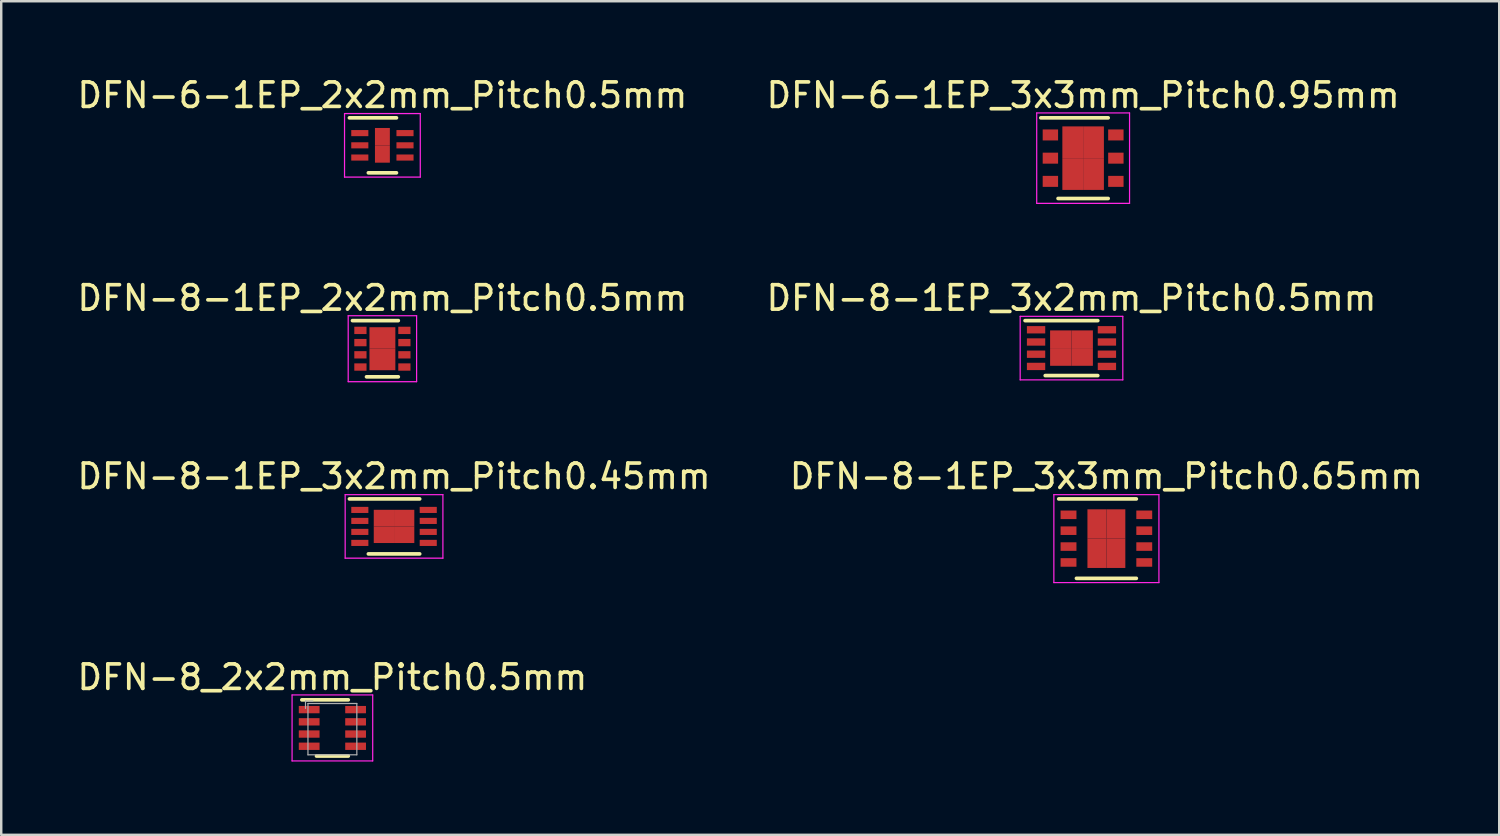
<source format=kicad_pcb>
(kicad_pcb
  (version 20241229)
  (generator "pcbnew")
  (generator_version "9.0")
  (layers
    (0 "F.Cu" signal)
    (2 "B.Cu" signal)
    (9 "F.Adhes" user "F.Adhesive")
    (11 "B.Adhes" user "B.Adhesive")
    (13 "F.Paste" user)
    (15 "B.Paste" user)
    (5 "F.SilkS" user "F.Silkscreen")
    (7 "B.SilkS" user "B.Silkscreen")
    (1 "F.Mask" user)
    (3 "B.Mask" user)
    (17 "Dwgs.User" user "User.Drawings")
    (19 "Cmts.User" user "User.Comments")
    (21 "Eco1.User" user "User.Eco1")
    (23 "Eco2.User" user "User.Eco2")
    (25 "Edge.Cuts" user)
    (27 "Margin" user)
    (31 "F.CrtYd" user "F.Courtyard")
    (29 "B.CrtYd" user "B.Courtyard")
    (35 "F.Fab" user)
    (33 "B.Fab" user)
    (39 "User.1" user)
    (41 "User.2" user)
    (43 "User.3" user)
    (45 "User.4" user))
  (footprint "DFN-8-1EP_2x2mm_Pitch0.5mm"
    (layer "F.Cu")
    (at 12.601 11.222)
    (property "Reference" "DFN-8-1EP_2x2mm_Pitch0.5mm" (at 0 -2.075 0) (layer "F.SilkS") (effects (font (size 1 1) (thickness 0.15))))
    (attr smd)
    (fp_line (start -1.225 -1.15) (end 0.65 -1.15) (stroke (width 0.15) (type solid)) (layer "F.SilkS"))
    (fp_line (start -0.65 1.15) (end 0.65 1.15) (stroke (width 0.15) (type solid)) (layer "F.SilkS"))
    (fp_line (start -1.4 -1.35) (end -1.4 1.35) (stroke (width 0.05) (type solid)) (layer "F.CrtYd"))
    (fp_line (start -1.4 -1.35) (end 1.4 -1.35) (stroke (width 0.05) (type solid)) (layer "F.CrtYd"))
    (fp_line (start -1.4 1.35) (end 1.4 1.35) (stroke (width 0.05) (type solid)) (layer "F.CrtYd"))
    (fp_line (start 1.4 -1.35) (end 1.4 1.35) (stroke (width 0.05) (type solid)) (layer "F.CrtYd"))
    (pad "1" smd rect (at -0.9 -0.75) (size 0.5 0.3) (layers "F.Cu" "F.Mask" "F.Paste"))
    (pad "2" smd rect (at -0.9 -0.25) (size 0.5 0.3) (layers "F.Cu" "F.Mask" "F.Paste"))
    (pad "3" smd rect (at -0.9 0.25) (size 0.5 0.3) (layers "F.Cu" "F.Mask" "F.Paste"))
    (pad "4" smd rect (at -0.9 0.75) (size 0.5 0.3) (layers "F.Cu" "F.Mask" "F.Paste"))
    (pad "5" smd rect (at 0.9 0.75) (size 0.5 0.3) (layers "F.Cu" "F.Mask" "F.Paste"))
    (pad "6" smd rect (at 0.9 0.25) (size 0.5 0.3) (layers "F.Cu" "F.Mask" "F.Paste"))
    (pad "7" smd rect (at 0.9 -0.25) (size 0.5 0.3) (layers "F.Cu" "F.Mask" "F.Paste"))
    (pad "8" smd rect (at 0.9 -0.75) (size 0.5 0.3) (layers "F.Cu" "F.Mask" "F.Paste"))
    (pad "9" smd rect (at 0 -0.44) (size 1.06 0.88) (layers "F.Cu" "F.Mask" "F.Paste"))
    (pad "9" smd rect (at 0 0.44) (size 1.06 0.88) (layers "F.Cu" "F.Mask" "F.Paste")))
  (footprint "DFN-6-1EP_2x2mm_Pitch0.5mm"
    (layer "F.Cu")
    (at 12.601 2.898)
    (property "Reference" "DFN-6-1EP_2x2mm_Pitch0.5mm" (at 0 -2.05 0) (layer "F.SilkS") (effects (font (size 1 1) (thickness 0.15))))
    (attr smd)
    (fp_line (start -1.35 -1.125) (end 0.575 -1.125) (stroke (width 0.15) (type solid)) (layer "F.SilkS"))
    (fp_line (start -0.575 1.125) (end 0.575 1.125) (stroke (width 0.15) (type solid)) (layer "F.SilkS"))
    (fp_line (start -1.55 -1.3) (end -1.55 1.3) (stroke (width 0.05) (type solid)) (layer "F.CrtYd"))
    (fp_line (start -1.55 -1.3) (end 1.55 -1.3) (stroke (width 0.05) (type solid)) (layer "F.CrtYd"))
    (fp_line (start -1.55 1.3) (end 1.55 1.3) (stroke (width 0.05) (type solid)) (layer "F.CrtYd"))
    (fp_line (start 1.55 -1.3) (end 1.55 1.3) (stroke (width 0.05) (type solid)) (layer "F.CrtYd"))
    (pad "1" smd rect (at -0.925 -0.5) (size 0.7 0.25) (layers "F.Cu" "F.Mask" "F.Paste"))
    (pad "2" smd rect (at -0.925 0) (size 0.7 0.25) (layers "F.Cu" "F.Mask" "F.Paste"))
    (pad "3" smd rect (at -0.925 0.5) (size 0.7 0.25) (layers "F.Cu" "F.Mask" "F.Paste"))
    (pad "4" smd rect (at 0.925 0.5) (size 0.7 0.25) (layers "F.Cu" "F.Mask" "F.Paste"))
    (pad "5" smd rect (at 0.925 0) (size 0.7 0.25) (layers "F.Cu" "F.Mask" "F.Paste"))
    (pad "6" smd rect (at 0.925 -0.5) (size 0.7 0.25) (layers "F.Cu" "F.Mask" "F.Paste"))
    (pad "7" smd rect (at 0 -0.355) (size 0.61 0.71) (layers "F.Cu" "F.Mask" "F.Paste"))
    (pad "7" smd rect (at 0 0.355) (size 0.61 0.71) (layers "F.Cu" "F.Mask" "F.Paste")))
  (footprint "DFN-8_2x2mm_Pitch0.5mm"
    (layer "F.Cu")
    (at 10.554 26.743)
    (property "Reference" "DFN-8_2x2mm_Pitch0.5mm" (at 0 -2.075 0) (layer "F.SilkS") (effects (font (size 1 1) (thickness 0.15))))
    (attr smd)
    (fp_line (start -1.25 -1.15) (end 0.65 -1.15) (stroke (width 0.15) (type solid)) (layer "F.SilkS"))
    (fp_line (start -0.65 1.15) (end 0.65 1.15) (stroke (width 0.15) (type solid)) (layer "F.SilkS"))
    (fp_line (start -1.65 -1.35) (end -1.65 1.35) (stroke (width 0.05) (type solid)) (layer "F.CrtYd"))
    (fp_line (start -1.65 -1.35) (end 1.65 -1.35) (stroke (width 0.05) (type solid)) (layer "F.CrtYd"))
    (fp_line (start -1.65 1.35) (end 1.65 1.35) (stroke (width 0.05) (type solid)) (layer "F.CrtYd"))
    (fp_line (start 1.65 -1.35) (end 1.65 1.35) (stroke (width 0.05) (type solid)) (layer "F.CrtYd"))
    (fp_line (start -1.1 -1.1) (end -1.1 -0.8) (stroke (width 0.05) (type solid)) (layer "F.Fab"))
    (fp_line (start -1 -1) (end 1 -1) (stroke (width 0.05) (type solid)) (layer "F.Fab"))
    (fp_line (start -1 1.1) (end -1 -1) (stroke (width 0.05) (type solid)) (layer "F.Fab"))
    (fp_line (start -0.8 -1.1) (end -1.1 -1.1) (stroke (width 0.05) (type solid)) (layer "F.Fab"))
    (fp_line (start 1 -1) (end 1 1.1) (stroke (width 0.05) (type solid)) (layer "F.Fab"))
    (fp_line (start 1 1.1) (end -1 1.1) (stroke (width 0.05) (type solid)) (layer "F.Fab"))
    (pad "1" smd rect (at -0.95 -0.75) (size 0.85 0.3) (layers "F.Cu" "F.Mask" "F.Paste"))
    (pad "2" smd rect (at -0.95 -0.25) (size 0.85 0.3) (layers "F.Cu" "F.Mask" "F.Paste"))
    (pad "3" smd rect (at -0.95 0.25) (size 0.85 0.3) (layers "F.Cu" "F.Mask" "F.Paste"))
    (pad "4" smd rect (at -0.95 0.75) (size 0.85 0.3) (layers "F.Cu" "F.Mask" "F.Paste"))
    (pad "5" smd rect (at 0.95 0.75) (size 0.85 0.3) (layers "F.Cu" "F.Mask" "F.Paste"))
    (pad "6" smd rect (at 0.95 0.25) (size 0.85 0.3) (layers "F.Cu" "F.Mask" "F.Paste"))
    (pad "7" smd rect (at 0.95 -0.25) (size 0.85 0.3) (layers "F.Cu" "F.Mask" "F.Paste"))
    (pad "8" smd rect (at 0.95 -0.75) (size 0.85 0.3) (layers "F.Cu" "F.Mask" "F.Paste")))
  (footprint "DFN-8-1EP_3x3mm_Pitch0.65mm"
    (layer "F.Cu")
    (at 42.232 18.995)
    (property "Reference" "DFN-8-1EP_3x3mm_Pitch0.65mm" (at 0 -2.55 0) (layer "F.SilkS") (effects (font (size 1 1) (thickness 0.15))))
    (attr smd)
    (fp_line (start -1.95 -1.625) (end 1.225 -1.625) (stroke (width 0.15) (type solid)) (layer "F.SilkS"))
    (fp_line (start -1.225 1.625) (end 1.225 1.625) (stroke (width 0.15) (type solid)) (layer "F.SilkS"))
    (fp_line (start -2.15 -1.8) (end -2.15 1.8) (stroke (width 0.05) (type solid)) (layer "F.CrtYd"))
    (fp_line (start -2.15 -1.8) (end 2.15 -1.8) (stroke (width 0.05) (type solid)) (layer "F.CrtYd"))
    (fp_line (start -2.15 1.8) (end 2.15 1.8) (stroke (width 0.05) (type solid)) (layer "F.CrtYd"))
    (fp_line (start 2.15 -1.8) (end 2.15 1.8) (stroke (width 0.05) (type solid)) (layer "F.CrtYd"))
    (pad "1" smd rect (at -1.55 -0.975) (size 0.65 0.35) (layers "F.Cu" "F.Mask" "F.Paste"))
    (pad "2" smd rect (at -1.55 -0.325) (size 0.65 0.35) (layers "F.Cu" "F.Mask" "F.Paste"))
    (pad "3" smd rect (at -1.55 0.325) (size 0.65 0.35) (layers "F.Cu" "F.Mask" "F.Paste"))
    (pad "4" smd rect (at -1.55 0.975) (size 0.65 0.35) (layers "F.Cu" "F.Mask" "F.Paste"))
    (pad "5" smd rect (at 1.55 0.975) (size 0.65 0.35) (layers "F.Cu" "F.Mask" "F.Paste"))
    (pad "6" smd rect (at 1.55 0.325) (size 0.65 0.35) (layers "F.Cu" "F.Mask" "F.Paste"))
    (pad "7" smd rect (at 1.55 -0.325) (size 0.65 0.35) (layers "F.Cu" "F.Mask" "F.Paste"))
    (pad "8" smd rect (at 1.55 -0.975) (size 0.65 0.35) (layers "F.Cu" "F.Mask" "F.Paste"))
    (pad "9" smd rect (at -0.388 -0.6) (size 0.775 1.2) (layers "F.Cu" "F.Mask" "F.Paste"))
    (pad "9" smd rect (at -0.388 0.6) (size 0.775 1.2) (layers "F.Cu" "F.Mask" "F.Paste"))
    (pad "9" smd rect (at 0.388 -0.6) (size 0.775 1.2) (layers "F.Cu" "F.Mask" "F.Paste"))
    (pad "9" smd rect (at 0.388 0.6) (size 0.775 1.2) (layers "F.Cu" "F.Mask" "F.Paste")))
  (footprint "DFN-8-1EP_3x2mm_Pitch0.5mm"
    (layer "F.Cu")
    (at 40.804 11.197)
    (property "Reference" "DFN-8-1EP_3x2mm_Pitch0.5mm" (at 0 -2.05 0) (layer "F.SilkS") (effects (font (size 1 1) (thickness 0.15))))
    (attr smd)
    (fp_line (start -1.9 -1.125) (end 1.075 -1.125) (stroke (width 0.15) (type solid)) (layer "F.SilkS"))
    (fp_line (start -1.075 1.125) (end 1.075 1.125) (stroke (width 0.15) (type solid)) (layer "F.SilkS"))
    (fp_line (start -2.1 -1.3) (end -2.1 1.3) (stroke (width 0.05) (type solid)) (layer "F.CrtYd"))
    (fp_line (start -2.1 -1.3) (end 2.1 -1.3) (stroke (width 0.05) (type solid)) (layer "F.CrtYd"))
    (fp_line (start -2.1 1.3) (end 2.1 1.3) (stroke (width 0.05) (type solid)) (layer "F.CrtYd"))
    (fp_line (start 2.1 -1.3) (end 2.1 1.3) (stroke (width 0.05) (type solid)) (layer "F.CrtYd"))
    (pad "1" smd rect (at -1.45 -0.75) (size 0.75 0.3) (layers "F.Cu" "F.Mask" "F.Paste"))
    (pad "2" smd rect (at -1.45 -0.25) (size 0.75 0.3) (layers "F.Cu" "F.Mask" "F.Paste"))
    (pad "3" smd rect (at -1.45 0.25) (size 0.75 0.3) (layers "F.Cu" "F.Mask" "F.Paste"))
    (pad "4" smd rect (at -1.45 0.75) (size 0.75 0.3) (layers "F.Cu" "F.Mask" "F.Paste"))
    (pad "5" smd rect (at 1.45 0.75) (size 0.75 0.3) (layers "F.Cu" "F.Mask" "F.Paste"))
    (pad "6" smd rect (at 1.45 0.25) (size 0.75 0.3) (layers "F.Cu" "F.Mask" "F.Paste"))
    (pad "7" smd rect (at 1.45 -0.25) (size 0.75 0.3) (layers "F.Cu" "F.Mask" "F.Paste"))
    (pad "8" smd rect (at 1.45 -0.75) (size 0.75 0.3) (layers "F.Cu" "F.Mask" "F.Paste"))
    (pad "9" smd rect (at -0.438 -0.362) (size 0.875 0.725) (layers "F.Cu" "F.Mask" "F.Paste"))
    (pad "9" smd rect (at -0.438 0.362) (size 0.875 0.725) (layers "F.Cu" "F.Mask" "F.Paste"))
    (pad "9" smd rect (at 0.438 -0.362) (size 0.875 0.725) (layers "F.Cu" "F.Mask" "F.Paste"))
    (pad "9" smd rect (at 0.438 0.362) (size 0.875 0.725) (layers "F.Cu" "F.Mask" "F.Paste")))
  (footprint "DFN-6-1EP_3x3mm_Pitch0.95mm"
    (layer "F.Cu")
    (at 41.28 3.423)
    (property "Reference" "DFN-6-1EP_3x3mm_Pitch0.95mm" (at 0 -2.575 0) (layer "F.SilkS") (effects (font (size 1 1) (thickness 0.15))))
    (attr smd)
    (fp_line (start -1.73 -1.65) (end 1.025 -1.65) (stroke (width 0.15) (type solid)) (layer "F.SilkS"))
    (fp_line (start -1.025 1.65) (end 1.025 1.65) (stroke (width 0.15) (type solid)) (layer "F.SilkS"))
    (fp_line (start -1.9 -1.85) (end -1.9 1.85) (stroke (width 0.05) (type solid)) (layer "F.CrtYd"))
    (fp_line (start -1.9 -1.85) (end 1.9 -1.85) (stroke (width 0.05) (type solid)) (layer "F.CrtYd"))
    (fp_line (start -1.9 1.85) (end 1.9 1.85) (stroke (width 0.05) (type solid)) (layer "F.CrtYd"))
    (fp_line (start 1.9 -1.85) (end 1.9 1.85) (stroke (width 0.05) (type solid)) (layer "F.CrtYd"))
    (pad "1" smd rect (at -1.34 -0.95) (size 0.63 0.45) (layers "F.Cu" "F.Mask" "F.Paste"))
    (pad "2" smd rect (at -1.34 0) (size 0.63 0.45) (layers "F.Cu" "F.Mask" "F.Paste"))
    (pad "3" smd rect (at -1.34 0.95) (size 0.63 0.45) (layers "F.Cu" "F.Mask" "F.Paste"))
    (pad "4" smd rect (at 1.34 0.95) (size 0.63 0.45) (layers "F.Cu" "F.Mask" "F.Paste"))
    (pad "5" smd rect (at 1.34 0) (size 0.63 0.45) (layers "F.Cu" "F.Mask" "F.Paste"))
    (pad "6" smd rect (at 1.34 -0.95) (size 0.63 0.45) (layers "F.Cu" "F.Mask" "F.Paste"))
    (pad "7" smd rect (at -0.425 -0.65) (size 0.85 1.3) (layers "F.Cu" "F.Mask" "F.Paste"))
    (pad "7" smd rect (at -0.425 0.65) (size 0.85 1.3) (layers "F.Cu" "F.Mask" "F.Paste"))
    (pad "7" smd rect (at 0.425 -0.65) (size 0.85 1.3) (layers "F.Cu" "F.Mask" "F.Paste"))
    (pad "7" smd rect (at 0.425 0.65) (size 0.85 1.3) (layers "F.Cu" "F.Mask" "F.Paste")))
  (footprint "DFN-8-1EP_3x2mm_Pitch0.45mm"
    (layer "F.Cu")
    (at 13.077 18.495)
    (property "Reference" "DFN-8-1EP_3x2mm_Pitch0.45mm" (at 0 -2.05 0) (layer "F.SilkS") (effects (font (size 1 1) (thickness 0.15))))
    (attr smd)
    (fp_line (start -1.825 -1.125) (end 1.05 -1.125) (stroke (width 0.15) (type solid)) (layer "F.SilkS"))
    (fp_line (start -1.05 1.125) (end 1.05 1.125) (stroke (width 0.15) (type solid)) (layer "F.SilkS"))
    (fp_line (start -2 -1.3) (end -2 1.3) (stroke (width 0.05) (type solid)) (layer "F.CrtYd"))
    (fp_line (start -2 -1.3) (end 2 -1.3) (stroke (width 0.05) (type solid)) (layer "F.CrtYd"))
    (fp_line (start -2 1.3) (end 2 1.3) (stroke (width 0.05) (type solid)) (layer "F.CrtYd"))
    (fp_line (start 2 -1.3) (end 2 1.3) (stroke (width 0.05) (type solid)) (layer "F.CrtYd"))
    (pad "1" smd rect (at -1.4 -0.675) (size 0.7 0.25) (layers "F.Cu" "F.Mask" "F.Paste"))
    (pad "2" smd rect (at -1.4 -0.225) (size 0.7 0.25) (layers "F.Cu" "F.Mask" "F.Paste"))
    (pad "3" smd rect (at -1.4 0.225) (size 0.7 0.25) (layers "F.Cu" "F.Mask" "F.Paste"))
    (pad "4" smd rect (at -1.4 0.675) (size 0.7 0.25) (layers "F.Cu" "F.Mask" "F.Paste"))
    (pad "5" smd rect (at 1.4 0.675) (size 0.7 0.25) (layers "F.Cu" "F.Mask" "F.Paste"))
    (pad "6" smd rect (at 1.4 0.225) (size 0.7 0.25) (layers "F.Cu" "F.Mask" "F.Paste"))
    (pad "7" smd rect (at 1.4 -0.225) (size 0.7 0.25) (layers "F.Cu" "F.Mask" "F.Paste"))
    (pad "8" smd rect (at 1.4 -0.675) (size 0.7 0.25) (layers "F.Cu" "F.Mask" "F.Paste"))
    (pad "9" smd rect (at -0.415 -0.34) (size 0.83 0.68) (layers "F.Cu" "F.Mask" "F.Paste"))
    (pad "9" smd rect (at -0.415 0.34) (size 0.83 0.68) (layers "F.Cu" "F.Mask" "F.Paste"))
    (pad "9" smd rect (at 0.415 -0.34) (size 0.83 0.68) (layers "F.Cu" "F.Mask" "F.Paste"))
    (pad "9" smd rect (at 0.415 0.34) (size 0.83 0.68) (layers "F.Cu" "F.Mask" "F.Paste")))
  (gr_rect
    (start -3 -3)
    (end 58.31 31.118)
    (stroke (width 0.1) (type default))
    (fill no)
    (layer "Edge.Cuts")))
</source>
